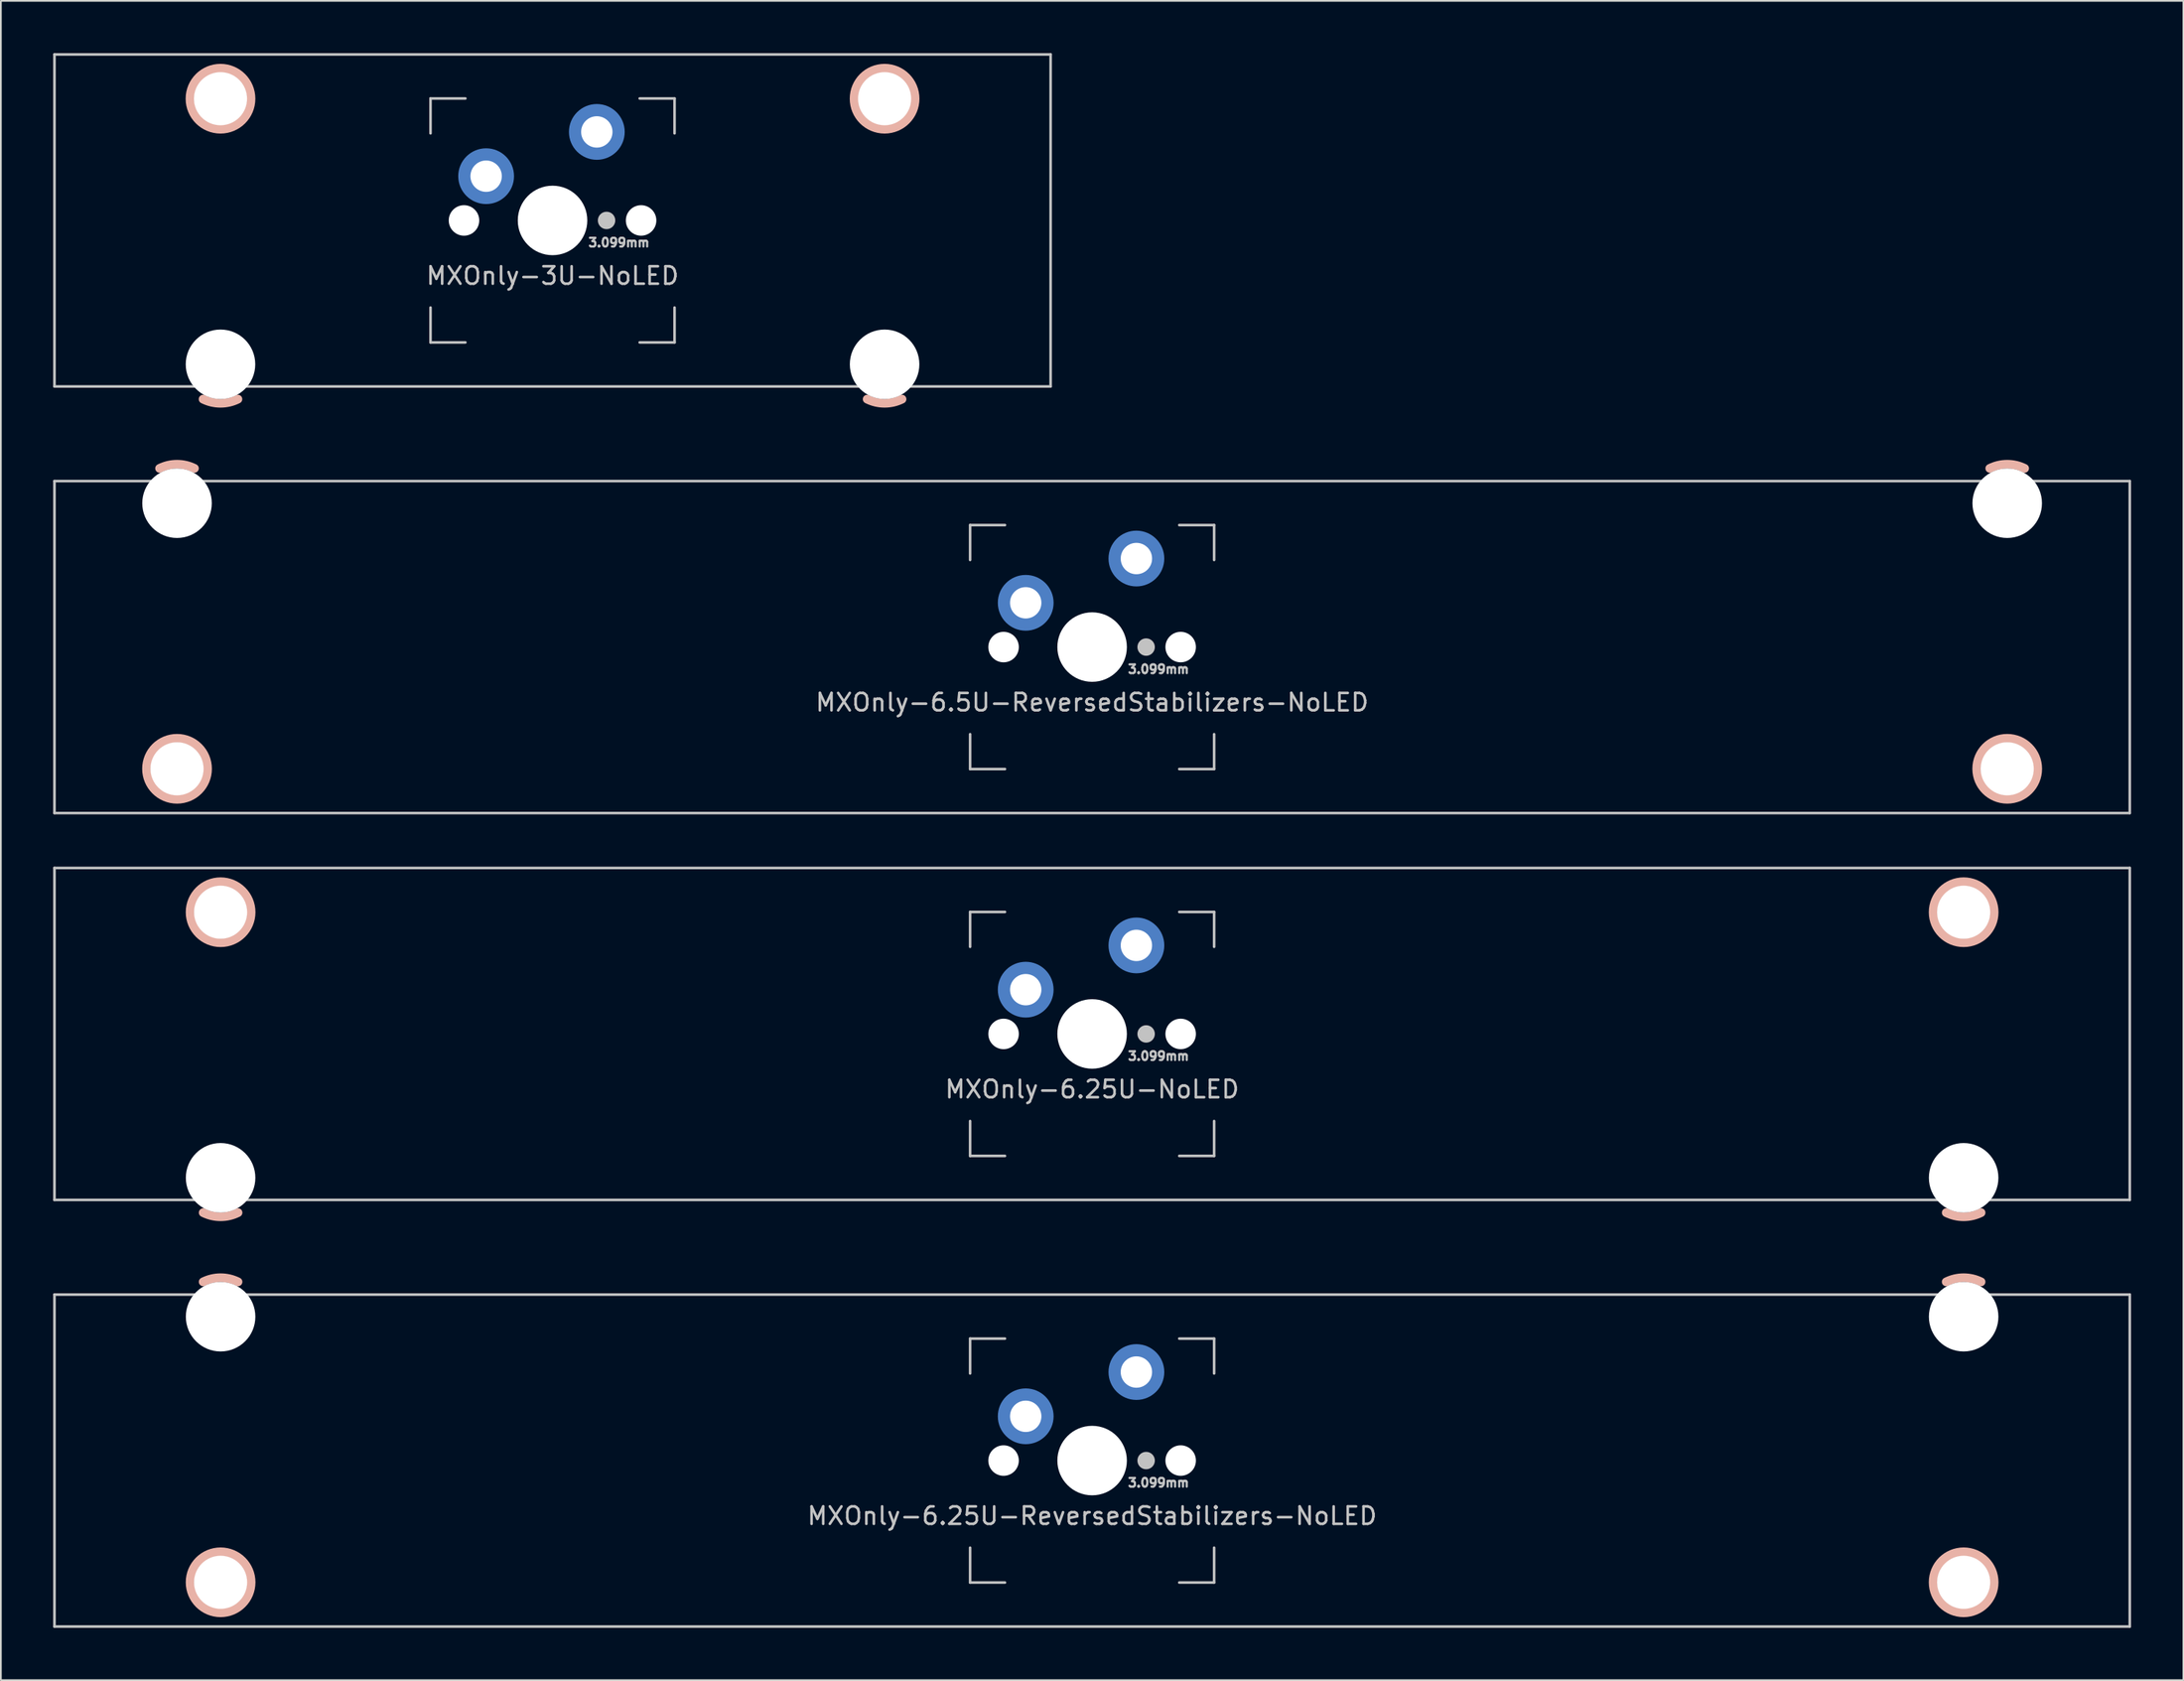
<source format=kicad_pcb>
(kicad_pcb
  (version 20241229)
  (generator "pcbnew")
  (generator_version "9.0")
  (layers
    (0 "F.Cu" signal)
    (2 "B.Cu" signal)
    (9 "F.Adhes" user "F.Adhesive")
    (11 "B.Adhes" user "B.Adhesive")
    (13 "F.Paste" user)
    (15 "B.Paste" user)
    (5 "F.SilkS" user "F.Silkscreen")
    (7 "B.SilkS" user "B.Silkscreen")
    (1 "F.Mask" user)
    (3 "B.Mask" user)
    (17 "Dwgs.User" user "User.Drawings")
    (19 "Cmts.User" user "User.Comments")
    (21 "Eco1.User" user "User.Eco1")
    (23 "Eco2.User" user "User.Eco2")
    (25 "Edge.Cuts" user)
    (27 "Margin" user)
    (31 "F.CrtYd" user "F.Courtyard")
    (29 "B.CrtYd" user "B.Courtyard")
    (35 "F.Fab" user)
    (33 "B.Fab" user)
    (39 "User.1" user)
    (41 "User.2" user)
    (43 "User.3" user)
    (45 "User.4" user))
  (footprint "MXOnly-6.25U-ReversedStabilizers-NoLED"
    (layer "F.Cu")
    (at 59.606 80.764)
    (property "Reference" "MXOnly-6.25U-ReversedStabilizers-NoLED" (at 0 3.175 0) (layer "Dwgs.User") (effects (font (size 1 1) (thickness 0.15))))
    (attr through_hole)
    (fp_arc (start -50.9999 -10.255) (mid -50.000487 -10.491068) (end -49.000951 -10.255525) (stroke (width 0.5) (type solid)) (layer "B.SilkS"))
    (fp_arc (start 48.9999 -10.255) (mid 49.999313 -10.491068) (end 50.998849 -10.255525) (stroke (width 0.5) (type solid)) (layer "B.SilkS"))
    (fp_circle (center -50 6.985) (end -51.75 6.985) (stroke (width 0.5) (type solid)) (fill no) (layer "B.SilkS"))
    (fp_circle (center 50 6.985) (end 48.25 6.985) (stroke (width 0.5) (type solid)) (fill no) (layer "B.SilkS"))
    (fp_line (start -59.531 -9.525) (end 59.531 -9.525) (stroke (width 0.15) (type solid)) (layer "Dwgs.User"))
    (fp_line (start -59.531 9.525) (end -59.531 -9.525) (stroke (width 0.15) (type solid)) (layer "Dwgs.User"))
    (fp_line (start -59.531 9.525) (end 59.531 9.525) (stroke (width 0.15) (type solid)) (layer "Dwgs.User"))
    (fp_line (start -7 -7) (end -7 -5) (stroke (width 0.15) (type solid)) (layer "Dwgs.User"))
    (fp_line (start -7 5) (end -7 7) (stroke (width 0.15) (type solid)) (layer "Dwgs.User"))
    (fp_line (start -7 7) (end -5 7) (stroke (width 0.15) (type solid)) (layer "Dwgs.User"))
    (fp_line (start -5 -7) (end -7 -7) (stroke (width 0.15) (type solid)) (layer "Dwgs.User"))
    (fp_line (start 5 -7) (end 7 -7) (stroke (width 0.15) (type solid)) (layer "Dwgs.User"))
    (fp_line (start 5 7) (end 7 7) (stroke (width 0.15) (type solid)) (layer "Dwgs.User"))
    (fp_line (start 7 -7) (end 7 -5) (stroke (width 0.15) (type solid)) (layer "Dwgs.User"))
    (fp_line (start 7 7) (end 7 5) (stroke (width 0.15) (type solid)) (layer "Dwgs.User"))
    (fp_line (start 59.531 -9.525) (end 59.531 9.525) (stroke (width 0.15) (type solid)) (layer "Dwgs.User"))
    (fp_text user "3.099mm" (at 3.81 1.27 0) (layer "Dwgs.User") (effects (font (size 0.5 0.5) (thickness 0.125))))
    (pad "" np_thru_hole circle (at -50 -8.255) (size 3.988 3.988) (drill 3.988) (layers "*.Cu" "*.Mask"))
    (pad "" np_thru_hole circle (at -50 6.985) (size 3.048 3.048) (drill 3.048) (layers "*.Cu" "*.Mask"))
    (pad "" np_thru_hole circle (at -5.08 0 48.1) (size 1.75 1.75) (drill 1.75) (layers "*.Cu" "*.Mask"))
    (pad "" smd circle (at -3.81 -2.54) (size 2.8 2.8) (layers "B.Mask"))
    (pad "" np_thru_hole circle (at 0 0) (size 3.988 3.988) (drill 3.988) (layers "*.Cu" "*.Mask"))
    (pad "" smd circle (at 2.54 -5.08) (size 2.8 2.8) (layers "B.Mask"))
    (pad "" smd circle (at 3.099 0) (size 1 1) (layers "Dwgs.User"))
    (pad "" np_thru_hole circle (at 5.08 0 48.1) (size 1.75 1.75) (drill 1.75) (layers "*.Cu" "*.Mask"))
    (pad "" np_thru_hole circle (at 50 -8.255) (size 3.988 3.988) (drill 3.988) (layers "*.Cu" "*.Mask"))
    (pad "" np_thru_hole circle (at 50 6.985) (size 3.048 3.048) (drill 3.048) (layers "*.Cu" "*.Mask"))
    (pad "1" thru_hole circle (at -3.81 -2.54) (size 2.4 2.4) (drill 1.8) (layers "*.Cu"))
    (pad "1" connect circle (at -3.81 -2.54) (size 3.2 3.2) (layers "B.Cu"))
    (pad "2" thru_hole circle (at 2.54 -5.08) (size 2.4 2.4) (drill 1.8) (layers "*.Cu"))
    (pad "2" connect circle (at 2.54 -5.08) (size 3.2 3.2) (layers "B.Cu")))
  (footprint "MXOnly-6.5U-ReversedStabilizers-NoLED"
    (layer "F.Cu")
    (at 59.606 34.082)
    (property "Reference" "MXOnly-6.5U-ReversedStabilizers-NoLED" (at 0 3.175 0) (layer "Dwgs.User") (effects (font (size 1 1) (thickness 0.15))))
    (attr through_hole)
    (fp_arc (start -53.4999 -10.255) (mid -52.500487 -10.491068) (end -51.500951 -10.255525) (stroke (width 0.5) (type solid)) (layer "B.SilkS"))
    (fp_arc (start 51.4999 -10.255) (mid 52.499313 -10.491068) (end 53.498849 -10.255525) (stroke (width 0.5) (type solid)) (layer "B.SilkS"))
    (fp_circle (center -52.5 6.985) (end -54.25 6.985) (stroke (width 0.5) (type solid)) (fill no) (layer "B.SilkS"))
    (fp_circle (center 52.5 6.985) (end 50.75 6.985) (stroke (width 0.5) (type solid)) (fill no) (layer "B.SilkS"))
    (fp_line (start -59.531 -9.525) (end 59.531 -9.525) (stroke (width 0.15) (type solid)) (layer "Dwgs.User"))
    (fp_line (start -59.531 9.525) (end -59.531 -9.525) (stroke (width 0.15) (type solid)) (layer "Dwgs.User"))
    (fp_line (start -59.531 9.525) (end 59.531 9.525) (stroke (width 0.15) (type solid)) (layer "Dwgs.User"))
    (fp_line (start -7 -7) (end -7 -5) (stroke (width 0.15) (type solid)) (layer "Dwgs.User"))
    (fp_line (start -7 5) (end -7 7) (stroke (width 0.15) (type solid)) (layer "Dwgs.User"))
    (fp_line (start -7 7) (end -5 7) (stroke (width 0.15) (type solid)) (layer "Dwgs.User"))
    (fp_line (start -5 -7) (end -7 -7) (stroke (width 0.15) (type solid)) (layer "Dwgs.User"))
    (fp_line (start 5 -7) (end 7 -7) (stroke (width 0.15) (type solid)) (layer "Dwgs.User"))
    (fp_line (start 5 7) (end 7 7) (stroke (width 0.15) (type solid)) (layer "Dwgs.User"))
    (fp_line (start 7 -7) (end 7 -5) (stroke (width 0.15) (type solid)) (layer "Dwgs.User"))
    (fp_line (start 7 7) (end 7 5) (stroke (width 0.15) (type solid)) (layer "Dwgs.User"))
    (fp_line (start 59.531 -9.525) (end 59.531 9.525) (stroke (width 0.15) (type solid)) (layer "Dwgs.User"))
    (fp_text user "3.099mm" (at 3.81 1.27 0) (layer "Dwgs.User") (effects (font (size 0.5 0.5) (thickness 0.125))))
    (pad "" np_thru_hole circle (at -52.5 -8.255) (size 3.988 3.988) (drill 3.988) (layers "*.Cu" "*.Mask"))
    (pad "" np_thru_hole circle (at -52.5 6.985) (size 3.048 3.048) (drill 3.048) (layers "*.Cu" "*.Mask"))
    (pad "" np_thru_hole circle (at -5.08 0 48.1) (size 1.75 1.75) (drill 1.75) (layers "*.Cu" "*.Mask"))
    (pad "" smd circle (at -3.81 -2.54) (size 2.8 2.8) (layers "B.Mask"))
    (pad "" np_thru_hole circle (at 0 0) (size 3.988 3.988) (drill 3.988) (layers "*.Cu" "*.Mask"))
    (pad "" smd circle (at 2.54 -5.08) (size 2.8 2.8) (layers "B.Mask"))
    (pad "" smd circle (at 3.099 0) (size 1 1) (layers "Dwgs.User"))
    (pad "" np_thru_hole circle (at 5.08 0 48.1) (size 1.75 1.75) (drill 1.75) (layers "*.Cu" "*.Mask"))
    (pad "" np_thru_hole circle (at 52.5 -8.255) (size 3.988 3.988) (drill 3.988) (layers "*.Cu" "*.Mask"))
    (pad "" np_thru_hole circle (at 52.5 6.985) (size 3.048 3.048) (drill 3.048) (layers "*.Cu" "*.Mask"))
    (pad "1" thru_hole circle (at -3.81 -2.54) (size 2.4 2.4) (drill 1.8) (layers "*.Cu"))
    (pad "1" connect circle (at -3.81 -2.54) (size 3.2 3.2) (layers "B.Cu"))
    (pad "2" thru_hole circle (at 2.54 -5.08) (size 2.4 2.4) (drill 1.8) (layers "*.Cu"))
    (pad "2" connect circle (at 2.54 -5.08) (size 3.2 3.2) (layers "B.Cu")))
  (footprint "MXOnly-3U-NoLED"
    (layer "F.Cu")
    (at 28.65 9.6)
    (property "Reference" "MXOnly-3U-NoLED" (at 0 3.175 0) (layer "Dwgs.User") (effects (font (size 1 1) (thickness 0.15))))
    (attr through_hole)
    (fp_arc (start -18.05 10.255) (mid -19.049413 10.491068) (end -20.048949 10.255525) (stroke (width 0.5) (type solid)) (layer "B.SilkS"))
    (fp_arc (start 20.05 10.255) (mid 19.050587 10.491068) (end 18.051051 10.255525) (stroke (width 0.5) (type solid)) (layer "B.SilkS"))
    (fp_circle (center -19.05 -6.985) (end -17.3 -6.985) (stroke (width 0.5) (type solid)) (fill no) (layer "B.SilkS"))
    (fp_circle (center 19.05 -6.985) (end 20.8 -6.985) (stroke (width 0.5) (type solid)) (fill no) (layer "B.SilkS"))
    (fp_line (start -28.575 -9.525) (end 28.575 -9.525) (stroke (width 0.15) (type solid)) (layer "Dwgs.User"))
    (fp_line (start -28.575 9.525) (end -28.575 -9.525) (stroke (width 0.15) (type solid)) (layer "Dwgs.User"))
    (fp_line (start -28.575 9.525) (end 28.575 9.525) (stroke (width 0.15) (type solid)) (layer "Dwgs.User"))
    (fp_line (start -7 -7) (end -7 -5) (stroke (width 0.15) (type solid)) (layer "Dwgs.User"))
    (fp_line (start -7 5) (end -7 7) (stroke (width 0.15) (type solid)) (layer "Dwgs.User"))
    (fp_line (start -7 7) (end -5 7) (stroke (width 0.15) (type solid)) (layer "Dwgs.User"))
    (fp_line (start -5 -7) (end -7 -7) (stroke (width 0.15) (type solid)) (layer "Dwgs.User"))
    (fp_line (start 5 -7) (end 7 -7) (stroke (width 0.15) (type solid)) (layer "Dwgs.User"))
    (fp_line (start 5 7) (end 7 7) (stroke (width 0.15) (type solid)) (layer "Dwgs.User"))
    (fp_line (start 7 -7) (end 7 -5) (stroke (width 0.15) (type solid)) (layer "Dwgs.User"))
    (fp_line (start 7 7) (end 7 5) (stroke (width 0.15) (type solid)) (layer "Dwgs.User"))
    (fp_line (start 28.575 -9.525) (end 28.575 9.525) (stroke (width 0.15) (type solid)) (layer "Dwgs.User"))
    (fp_text user "3.099mm" (at 3.81 1.27 0) (layer "Dwgs.User") (effects (font (size 0.5 0.5) (thickness 0.125))))
    (pad "" np_thru_hole circle (at -19.05 -6.985) (size 3.048 3.048) (drill 3.048) (layers "*.Cu" "*.Mask"))
    (pad "" np_thru_hole circle (at -19.05 8.255) (size 3.988 3.988) (drill 3.988) (layers "*.Cu" "*.Mask"))
    (pad "" np_thru_hole circle (at -5.08 0 48.1) (size 1.75 1.75) (drill 1.75) (layers "*.Cu" "*.Mask"))
    (pad "" smd circle (at -3.81 -2.54) (size 2.8 2.8) (layers "B.Mask"))
    (pad "" np_thru_hole circle (at 0 0) (size 3.988 3.988) (drill 3.988) (layers "*.Cu" "*.Mask"))
    (pad "" smd circle (at 2.54 -5.08) (size 2.8 2.8) (layers "B.Mask"))
    (pad "" smd circle (at 3.099 0) (size 1 1) (layers "Dwgs.User"))
    (pad "" np_thru_hole circle (at 5.08 0 48.1) (size 1.75 1.75) (drill 1.75) (layers "*.Cu" "*.Mask"))
    (pad "" np_thru_hole circle (at 19.05 -6.985) (size 3.048 3.048) (drill 3.048) (layers "*.Cu" "*.Mask"))
    (pad "" np_thru_hole circle (at 19.05 8.255) (size 3.988 3.988) (drill 3.988) (layers "*.Cu" "*.Mask"))
    (pad "1" thru_hole circle (at -3.81 -2.54) (size 2.4 2.4) (drill 1.8) (layers "*.Cu"))
    (pad "1" connect circle (at -3.81 -2.54) (size 3.2 3.2) (layers "B.Cu"))
    (pad "2" thru_hole circle (at 2.54 -5.08) (size 2.4 2.4) (drill 1.8) (layers "*.Cu"))
    (pad "2" connect circle (at 2.54 -5.08) (size 3.2 3.2) (layers "B.Cu")))
  (footprint "MXOnly-6.25U-NoLED"
    (layer "F.Cu")
    (at 59.606 56.282)
    (property "Reference" "MXOnly-6.25U-NoLED" (at 0 3.175 0) (layer "Dwgs.User") (effects (font (size 1 1) (thickness 0.15))))
    (attr through_hole)
    (fp_arc (start -48.9999 10.255) (mid -49.999313 10.491068) (end -50.998849 10.255525) (stroke (width 0.5) (type solid)) (layer "B.SilkS"))
    (fp_arc (start 50.9999 10.255) (mid 50.000487 10.491068) (end 49.000951 10.255525) (stroke (width 0.5) (type solid)) (layer "B.SilkS"))
    (fp_circle (center -50 -6.985) (end -48.25 -6.985) (stroke (width 0.5) (type solid)) (fill no) (layer "B.SilkS"))
    (fp_circle (center 50 -6.985) (end 51.75 -6.985) (stroke (width 0.5) (type solid)) (fill no) (layer "B.SilkS"))
    (fp_line (start -59.531 -9.525) (end 59.531 -9.525) (stroke (width 0.15) (type solid)) (layer "Dwgs.User"))
    (fp_line (start -59.531 9.525) (end -59.531 -9.525) (stroke (width 0.15) (type solid)) (layer "Dwgs.User"))
    (fp_line (start -59.531 9.525) (end 59.531 9.525) (stroke (width 0.15) (type solid)) (layer "Dwgs.User"))
    (fp_line (start -7 -7) (end -7 -5) (stroke (width 0.15) (type solid)) (layer "Dwgs.User"))
    (fp_line (start -7 5) (end -7 7) (stroke (width 0.15) (type solid)) (layer "Dwgs.User"))
    (fp_line (start -7 7) (end -5 7) (stroke (width 0.15) (type solid)) (layer "Dwgs.User"))
    (fp_line (start -5 -7) (end -7 -7) (stroke (width 0.15) (type solid)) (layer "Dwgs.User"))
    (fp_line (start 5 -7) (end 7 -7) (stroke (width 0.15) (type solid)) (layer "Dwgs.User"))
    (fp_line (start 5 7) (end 7 7) (stroke (width 0.15) (type solid)) (layer "Dwgs.User"))
    (fp_line (start 7 -7) (end 7 -5) (stroke (width 0.15) (type solid)) (layer "Dwgs.User"))
    (fp_line (start 7 7) (end 7 5) (stroke (width 0.15) (type solid)) (layer "Dwgs.User"))
    (fp_line (start 59.531 -9.525) (end 59.531 9.525) (stroke (width 0.15) (type solid)) (layer "Dwgs.User"))
    (fp_text user "3.099mm" (at 3.81 1.27 0) (layer "Dwgs.User") (effects (font (size 0.5 0.5) (thickness 0.125))))
    (pad "" np_thru_hole circle (at -50 -6.985) (size 3.048 3.048) (drill 3.048) (layers "*.Cu" "*.Mask"))
    (pad "" np_thru_hole circle (at -50 8.255) (size 3.988 3.988) (drill 3.988) (layers "*.Cu" "*.Mask"))
    (pad "" np_thru_hole circle (at -5.08 0 48.1) (size 1.75 1.75) (drill 1.75) (layers "*.Cu" "*.Mask"))
    (pad "" smd circle (at -3.81 -2.54) (size 2.8 2.8) (layers "B.Mask"))
    (pad "" np_thru_hole circle (at 0 0) (size 3.988 3.988) (drill 3.988) (layers "*.Cu" "*.Mask"))
    (pad "" smd circle (at 2.54 -5.08) (size 2.8 2.8) (layers "B.Mask"))
    (pad "" smd circle (at 3.099 0) (size 1 1) (layers "Dwgs.User"))
    (pad "" np_thru_hole circle (at 5.08 0 48.1) (size 1.75 1.75) (drill 1.75) (layers "*.Cu" "*.Mask"))
    (pad "" np_thru_hole circle (at 50 -6.985) (size 3.048 3.048) (drill 3.048) (layers "*.Cu" "*.Mask"))
    (pad "" np_thru_hole circle (at 50 8.255) (size 3.988 3.988) (drill 3.988) (layers "*.Cu" "*.Mask"))
    (pad "1" thru_hole circle (at -3.81 -2.54) (size 2.4 2.4) (drill 1.8) (layers "*.Cu"))
    (pad "1" connect circle (at -3.81 -2.54) (size 3.2 3.2) (layers "B.Cu"))
    (pad "2" thru_hole circle (at 2.54 -5.08) (size 2.4 2.4) (drill 1.8) (layers "*.Cu"))
    (pad "2" connect circle (at 2.54 -5.08) (size 3.2 3.2) (layers "B.Cu")))
  (gr_rect
    (start -3 -3)
    (end 122.213 93.364)
    (stroke (width 0.1) (type default))
    (fill no)
    (layer "Edge.Cuts")))
</source>
